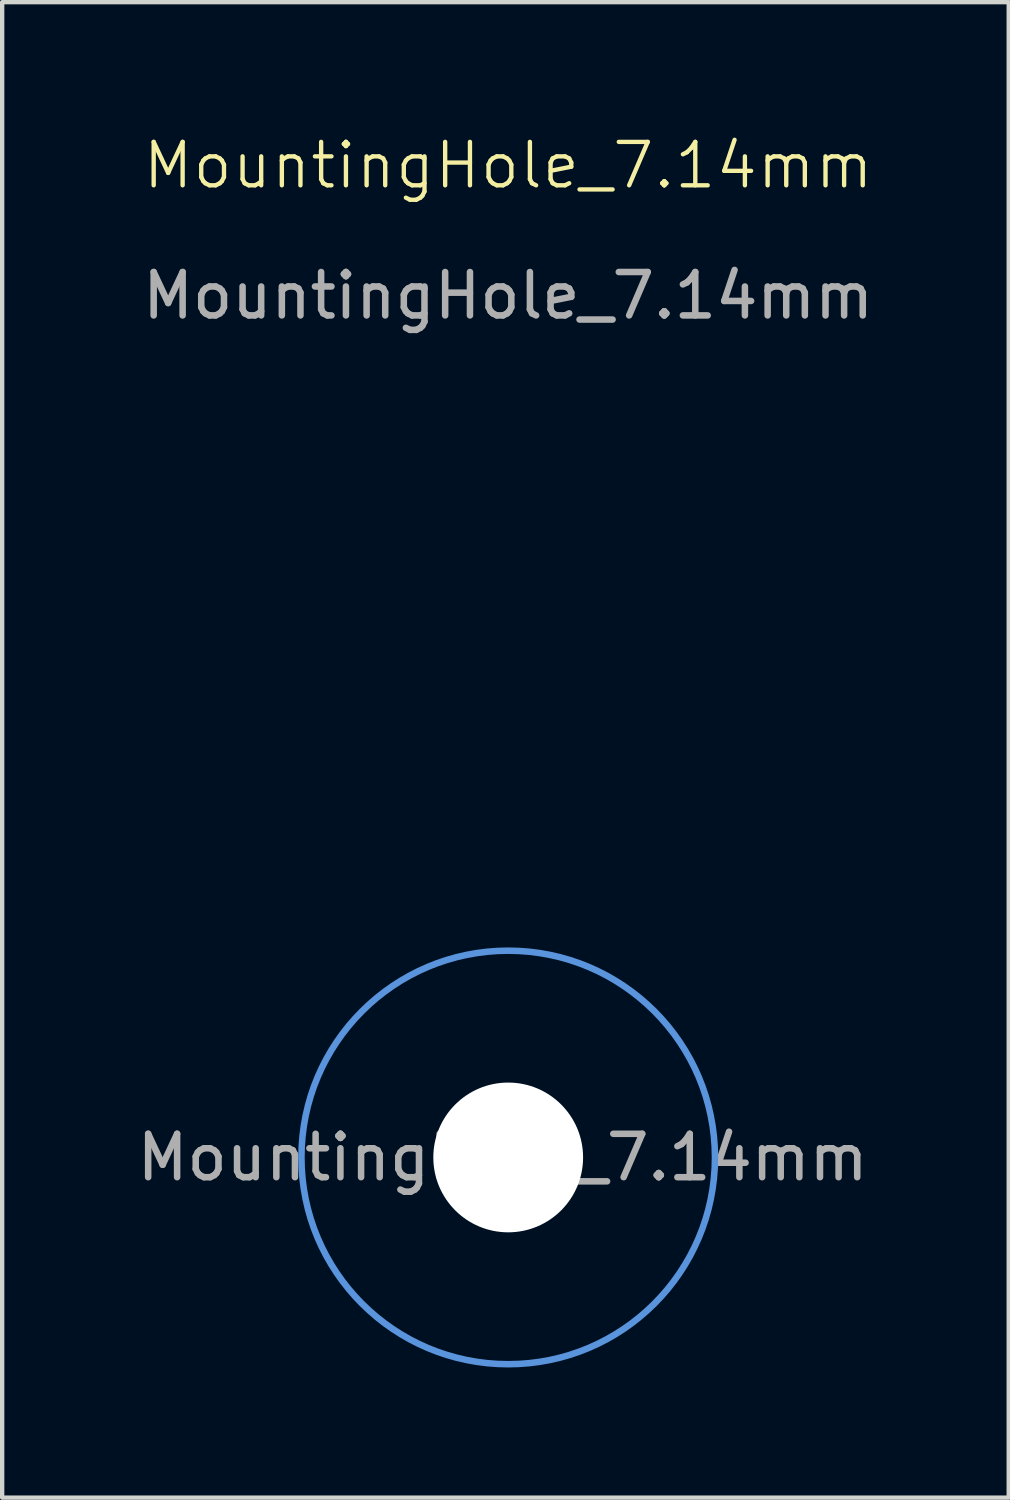
<source format=kicad_pcb>
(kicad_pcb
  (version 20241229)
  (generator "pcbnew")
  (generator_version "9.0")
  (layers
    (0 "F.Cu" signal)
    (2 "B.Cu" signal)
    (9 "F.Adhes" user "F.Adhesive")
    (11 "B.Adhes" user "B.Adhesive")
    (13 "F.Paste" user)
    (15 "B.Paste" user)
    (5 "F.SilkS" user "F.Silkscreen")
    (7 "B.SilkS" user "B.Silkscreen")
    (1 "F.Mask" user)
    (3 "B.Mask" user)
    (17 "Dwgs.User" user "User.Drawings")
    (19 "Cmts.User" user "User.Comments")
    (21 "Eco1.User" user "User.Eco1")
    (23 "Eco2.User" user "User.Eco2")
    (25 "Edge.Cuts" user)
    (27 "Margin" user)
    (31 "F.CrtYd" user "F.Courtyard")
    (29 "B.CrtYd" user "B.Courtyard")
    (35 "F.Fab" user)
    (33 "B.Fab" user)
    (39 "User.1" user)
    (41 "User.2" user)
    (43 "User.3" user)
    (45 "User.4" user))
  (footprint "MountingHole_7.14mm"
    (layer "F.Cu")
    (at 8.657 23.613)
    (property "Reference" "MountingHole_7.14mm" (at 0 -22.852 0) (unlocked yes) (layer "F.SilkS") (effects (font (size 1 1) (thickness 0.1))))
    (attr through_hole)
    (fp_circle (center 0 0) (end 4.763 0) (stroke (width 0.15) (type solid)) (fill no) (layer "Cmts.User"))
    (fp_circle (center 0 0) (end 4.763 0) (stroke (width 0.05) (type solid)) (fill no) (layer "F.CrtYd"))
    (fp_text user "${REFERENCE}" (at -0.127 0 0) (layer "F.Fab") (effects (font (size 1 1) (thickness 0.15))))
    (fp_text user "${REFERENCE}" (at 0 -19.852 0) (unlocked yes) (layer "F.Fab") (effects (font (size 1 1) (thickness 0.15))))
    (pad "" np_thru_hole circle (at 0 0) (size 3.45 3.45) (drill 3.45) (layers "*.Cu" "*.Mask")))
  (gr_rect
    (start -3 -3)
    (end 20.187 31.45)
    (stroke (width 0.1) (type default))
    (fill no)
    (layer "Edge.Cuts")))
</source>
